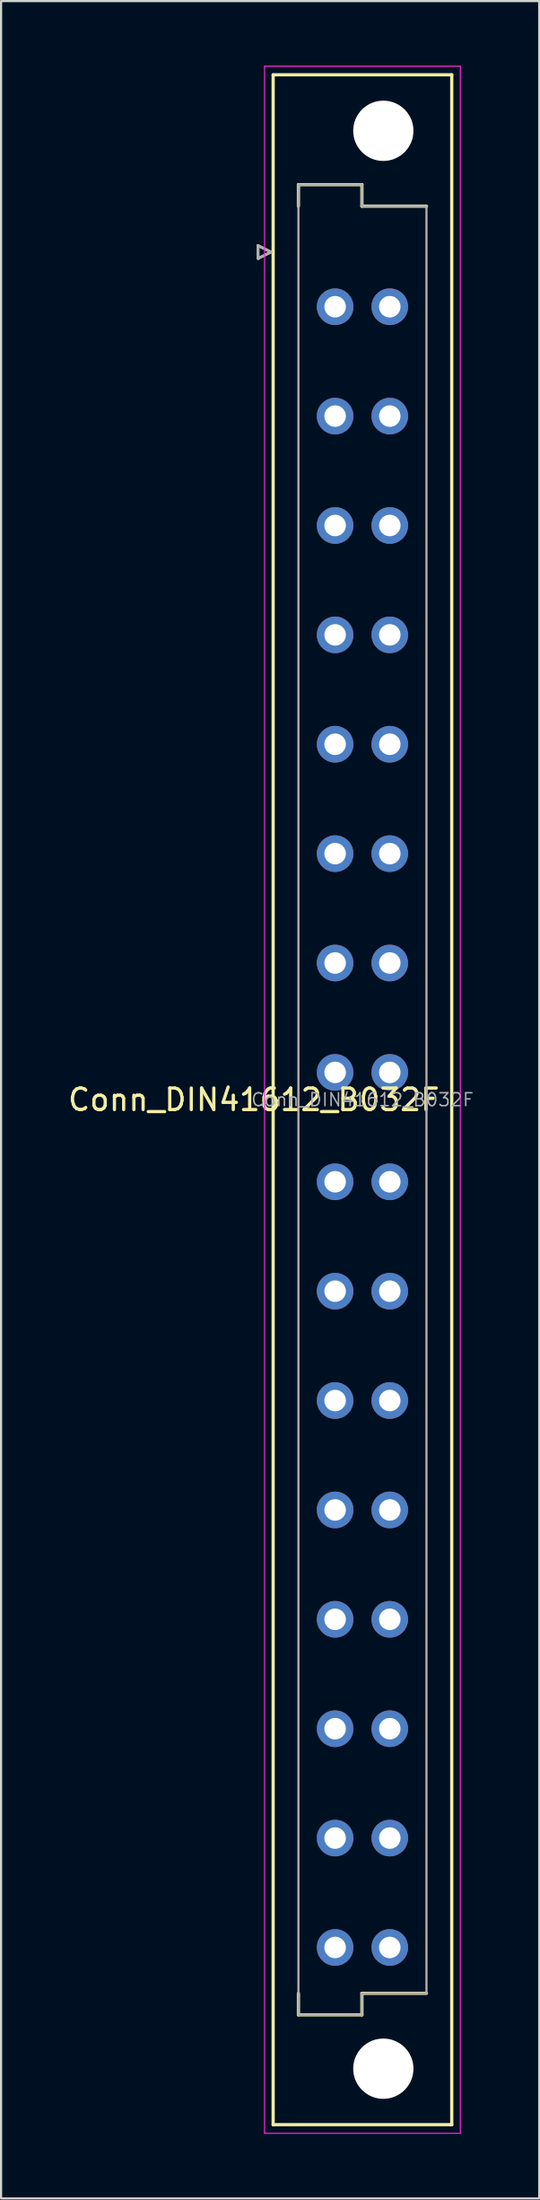
<source format=kicad_pcb>
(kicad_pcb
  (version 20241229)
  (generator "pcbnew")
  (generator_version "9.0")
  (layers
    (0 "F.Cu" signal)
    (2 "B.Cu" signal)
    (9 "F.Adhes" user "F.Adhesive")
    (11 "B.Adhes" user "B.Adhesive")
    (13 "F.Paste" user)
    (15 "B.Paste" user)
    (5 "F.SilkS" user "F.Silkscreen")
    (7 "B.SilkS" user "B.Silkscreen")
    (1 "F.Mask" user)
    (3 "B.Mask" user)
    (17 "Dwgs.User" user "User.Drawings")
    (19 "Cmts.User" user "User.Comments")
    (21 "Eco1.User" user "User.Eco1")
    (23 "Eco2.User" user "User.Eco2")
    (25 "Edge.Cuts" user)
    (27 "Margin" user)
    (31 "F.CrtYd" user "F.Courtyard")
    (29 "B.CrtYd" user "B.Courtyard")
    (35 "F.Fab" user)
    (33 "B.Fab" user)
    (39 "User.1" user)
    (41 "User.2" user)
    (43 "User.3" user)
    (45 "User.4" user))
  (footprint "Conn_DIN41612_B032F"
    (layer "F.Cu")
    (at 12.524 8.655)
    (property "Reference" "Conn_DIN41612_B032F" (at -3.78 39.37 0) (layer "F.SilkS") (effects (font (size 1 1) (thickness 0.15))))
    (attr through_hole)
    (fp_line (start -3.58 -0.3) (end -3.58 0.3) (stroke (width 0.12) (type solid)) (layer "F.SilkS"))
    (fp_line (start -3.58 0.3) (end -2.98 0) (stroke (width 0.12) (type solid)) (layer "F.SilkS"))
    (fp_line (start -2.98 0) (end -3.58 -0.3) (stroke (width 0.12) (type solid)) (layer "F.SilkS"))
    (fp_line (start -2.88 -8.23) (end -2.88 86.97) (stroke (width 0.15) (type solid)) (layer "F.SilkS"))
    (fp_line (start -2.88 86.97) (end 5.42 86.97) (stroke (width 0.15) (type solid)) (layer "F.SilkS"))
    (fp_line (start -1.705 -3.13) (end 1.245 -3.13) (stroke (width 0.15) (type solid)) (layer "F.SilkS"))
    (fp_line (start -1.705 -2.13) (end -1.705 -3.13) (stroke (width 0.15) (type solid)) (layer "F.SilkS"))
    (fp_line (start -1.705 81.87) (end -1.705 80.87) (stroke (width 0.15) (type solid)) (layer "F.SilkS"))
    (fp_line (start 1.245 -3.13) (end 1.245 -2.13) (stroke (width 0.15) (type solid)) (layer "F.SilkS"))
    (fp_line (start 1.245 -2.13) (end 4.245 -2.13) (stroke (width 0.15) (type solid)) (layer "F.SilkS"))
    (fp_line (start 1.245 80.87) (end 1.245 81.87) (stroke (width 0.15) (type solid)) (layer "F.SilkS"))
    (fp_line (start 1.245 81.87) (end -1.705 81.87) (stroke (width 0.15) (type solid)) (layer "F.SilkS"))
    (fp_line (start 4.245 80.87) (end 1.245 80.87) (stroke (width 0.15) (type solid)) (layer "F.SilkS"))
    (fp_line (start 5.42 -8.23) (end -2.88 -8.23) (stroke (width 0.15) (type solid)) (layer "F.SilkS"))
    (fp_line (start 5.42 86.97) (end 5.42 -8.23) (stroke (width 0.15) (type solid)) (layer "F.SilkS"))
    (fp_line (start -3.28 -8.63) (end -3.28 87.37) (stroke (width 0.05) (type solid)) (layer "F.CrtYd"))
    (fp_line (start -3.28 87.37) (end 5.82 87.37) (stroke (width 0.05) (type solid)) (layer "F.CrtYd"))
    (fp_line (start 5.82 -8.63) (end -3.28 -8.63) (stroke (width 0.05) (type solid)) (layer "F.CrtYd"))
    (fp_line (start 5.82 87.37) (end 5.82 -8.63) (stroke (width 0.05) (type solid)) (layer "F.CrtYd"))
    (fp_line (start -3.58 -0.3) (end -3.58 0.3) (stroke (width 0.12) (type solid)) (layer "F.Fab"))
    (fp_line (start -3.58 0.3) (end -2.98 0) (stroke (width 0.12) (type solid)) (layer "F.Fab"))
    (fp_line (start -2.98 0) (end -3.58 -0.3) (stroke (width 0.12) (type solid)) (layer "F.Fab"))
    (fp_line (start -1.705 -3.13) (end 1.245 -3.13) (stroke (width 0.1) (type solid)) (layer "F.Fab"))
    (fp_line (start -1.705 -2.13) (end -1.705 -3.13) (stroke (width 0.1) (type solid)) (layer "F.Fab"))
    (fp_line (start -1.705 80.87) (end -1.705 -2.13) (stroke (width 0.1) (type solid)) (layer "F.Fab"))
    (fp_line (start -1.705 81.87) (end -1.705 80.87) (stroke (width 0.1) (type solid)) (layer "F.Fab"))
    (fp_line (start 1.245 -3.13) (end 1.245 -2.13) (stroke (width 0.1) (type solid)) (layer "F.Fab"))
    (fp_line (start 1.245 -2.13) (end 4.245 -2.13) (stroke (width 0.1) (type solid)) (layer "F.Fab"))
    (fp_line (start 1.245 80.87) (end 1.245 81.87) (stroke (width 0.1) (type solid)) (layer "F.Fab"))
    (fp_line (start 1.245 81.87) (end -1.705 81.87) (stroke (width 0.1) (type solid)) (layer "F.Fab"))
    (fp_line (start 4.245 -2.13) (end 4.245 80.87) (stroke (width 0.1) (type solid)) (layer "F.Fab"))
    (fp_line (start 4.245 80.87) (end 1.245 80.87) (stroke (width 0.1) (type solid)) (layer "F.Fab"))
    (fp_text user "${REFERENCE}" (at 1.27 39.37 0) (layer "F.Fab") (effects (font (size 0.6 0.6) (thickness 0.07))))
    (pad "" np_thru_hole circle (at 2.24 -5.63) (size 2.8 2.8) (drill 2.8) (layers "*.Cu" "*.Mask"))
    (pad "" np_thru_hole circle (at 2.24 84.37) (size 2.8 2.8) (drill 2.8) (layers "*.Cu" "*.Mask"))
    (pad "A2" thru_hole circle (at 0 2.54) (size 1.7 1.7) (drill 1) (layers "*.Cu" "*.Mask"))
    (pad "A4" thru_hole circle (at 0 7.62) (size 1.7 1.7) (drill 1) (layers "*.Cu" "*.Mask"))
    (pad "A6" thru_hole circle (at 0 12.7) (size 1.7 1.7) (drill 1) (layers "*.Cu" "*.Mask"))
    (pad "A8" thru_hole circle (at 0 17.78) (size 1.7 1.7) (drill 1) (layers "*.Cu" "*.Mask"))
    (pad "A10" thru_hole circle (at 0 22.86) (size 1.7 1.7) (drill 1) (layers "*.Cu" "*.Mask"))
    (pad "A12" thru_hole circle (at 0 27.94) (size 1.7 1.7) (drill 1) (layers "*.Cu" "*.Mask"))
    (pad "A14" thru_hole circle (at 0 33.02) (size 1.7 1.7) (drill 1) (layers "*.Cu" "*.Mask"))
    (pad "A16" thru_hole circle (at 0 38.1) (size 1.7 1.7) (drill 1) (layers "*.Cu" "*.Mask"))
    (pad "A18" thru_hole circle (at 0 43.18) (size 1.7 1.7) (drill 1) (layers "*.Cu" "*.Mask"))
    (pad "A20" thru_hole circle (at 0 48.26) (size 1.7 1.7) (drill 1) (layers "*.Cu" "*.Mask"))
    (pad "A22" thru_hole circle (at 0 53.34) (size 1.7 1.7) (drill 1) (layers "*.Cu" "*.Mask"))
    (pad "A24" thru_hole circle (at 0 58.42) (size 1.7 1.7) (drill 1) (layers "*.Cu" "*.Mask"))
    (pad "A26" thru_hole circle (at 0 63.5) (size 1.7 1.7) (drill 1) (layers "*.Cu" "*.Mask"))
    (pad "A28" thru_hole circle (at 0 68.58) (size 1.7 1.7) (drill 1) (layers "*.Cu" "*.Mask"))
    (pad "A30" thru_hole circle (at 0 73.66) (size 1.7 1.7) (drill 1) (layers "*.Cu" "*.Mask"))
    (pad "A32" thru_hole circle (at 0 78.74) (size 1.7 1.7) (drill 1) (layers "*.Cu" "*.Mask"))
    (pad "B2" thru_hole circle (at 2.54 2.54) (size 1.7 1.7) (drill 1) (layers "*.Cu" "*.Mask"))
    (pad "B4" thru_hole circle (at 2.54 7.62) (size 1.7 1.7) (drill 1) (layers "*.Cu" "*.Mask"))
    (pad "B6" thru_hole circle (at 2.54 12.7) (size 1.7 1.7) (drill 1) (layers "*.Cu" "*.Mask"))
    (pad "B8" thru_hole circle (at 2.54 17.78) (size 1.7 1.7) (drill 1) (layers "*.Cu" "*.Mask"))
    (pad "B10" thru_hole circle (at 2.54 22.86) (size 1.7 1.7) (drill 1) (layers "*.Cu" "*.Mask"))
    (pad "B12" thru_hole circle (at 2.54 27.94) (size 1.7 1.7) (drill 1) (layers "*.Cu" "*.Mask"))
    (pad "B14" thru_hole circle (at 2.54 33.02) (size 1.7 1.7) (drill 1) (layers "*.Cu" "*.Mask"))
    (pad "B16" thru_hole circle (at 2.54 38.1) (size 1.7 1.7) (drill 1) (layers "*.Cu" "*.Mask"))
    (pad "B18" thru_hole circle (at 2.54 43.18) (size 1.7 1.7) (drill 1) (layers "*.Cu" "*.Mask"))
    (pad "B20" thru_hole circle (at 2.54 48.26) (size 1.7 1.7) (drill 1) (layers "*.Cu" "*.Mask"))
    (pad "B22" thru_hole circle (at 2.54 53.34) (size 1.7 1.7) (drill 1) (layers "*.Cu" "*.Mask"))
    (pad "B24" thru_hole circle (at 2.54 58.42) (size 1.7 1.7) (drill 1) (layers "*.Cu" "*.Mask"))
    (pad "B26" thru_hole circle (at 2.54 63.5) (size 1.7 1.7) (drill 1) (layers "*.Cu" "*.Mask"))
    (pad "B28" thru_hole circle (at 2.54 68.58) (size 1.7 1.7) (drill 1) (layers "*.Cu" "*.Mask"))
    (pad "B30" thru_hole circle (at 2.54 73.66) (size 1.7 1.7) (drill 1) (layers "*.Cu" "*.Mask"))
    (pad "B32" thru_hole circle (at 2.54 78.74) (size 1.7 1.7) (drill 1) (layers "*.Cu" "*.Mask")))
  (gr_rect
    (start -3 -3)
    (end 22.01 99.05)
    (stroke (width 0.1) (type default))
    (fill no)
    (layer "Edge.Cuts")))
</source>
